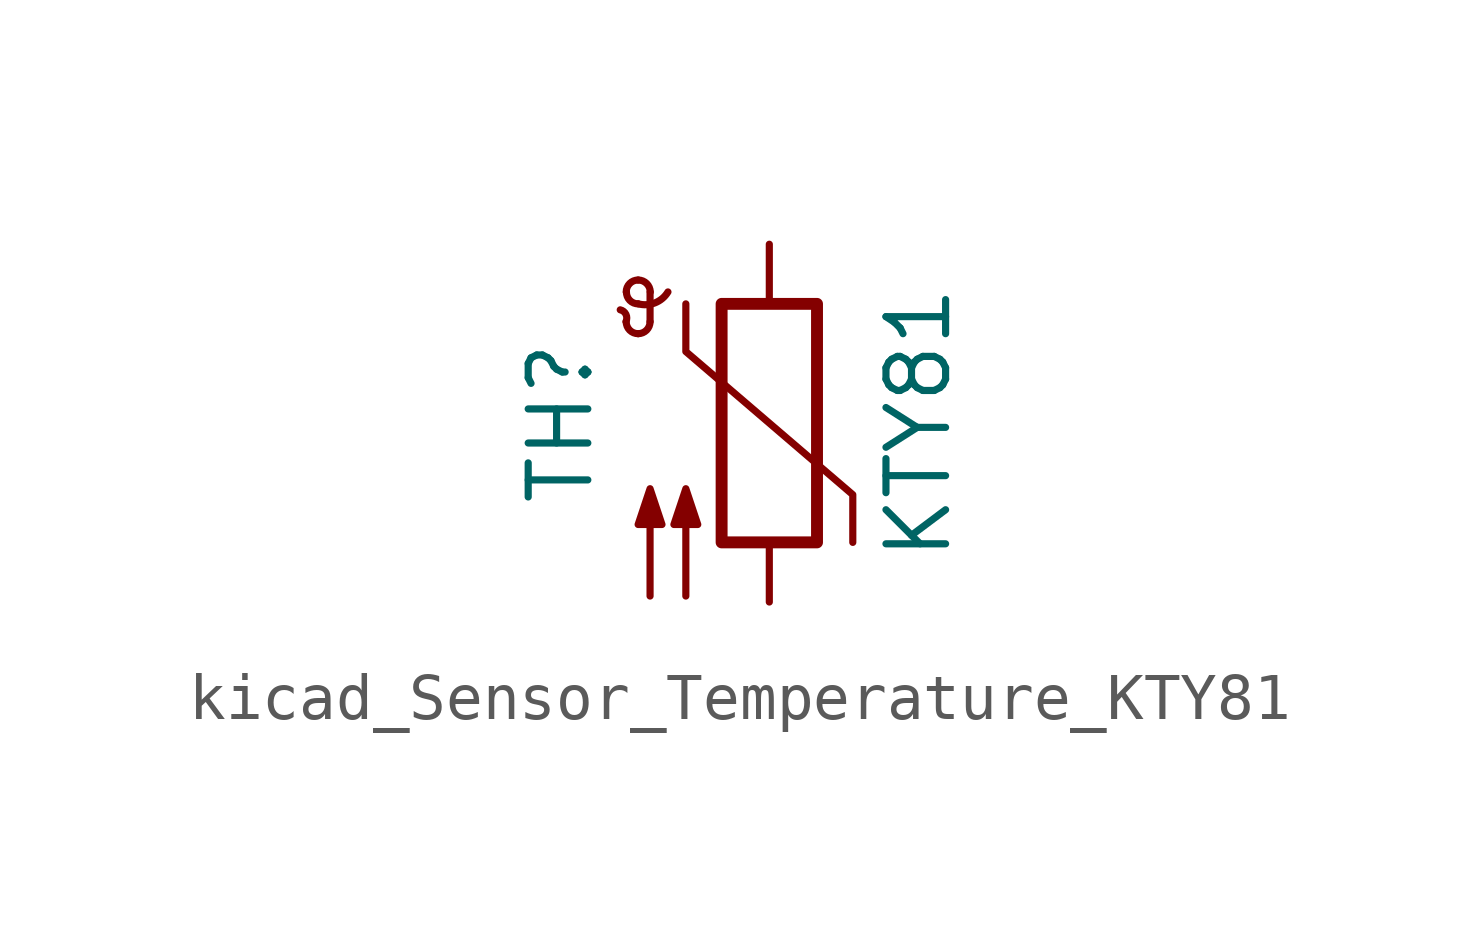
<source format=kicad_sym>
(kicad_symbol_lib
  (version 20220914)
  (generator kicad_symbol_editor)
  (symbol "kicad_Sensor_Temperature_KTY81"
    (pin_numbers hide)
    (pin_names
      (offset 0))
    (property "Reference" "TH"
      (at -4.445 0 90)
      (effects (font (size 1.27 1.27))))
    (property "Value" "KTY81"
      (at 3.175 0 90)
      (effects (font (size 1.27 1.27))))
    (symbol "kicad_Sensor_Temperature_KTY81_0_1"
      (arc (start -3.048 2.159) (mid -3.0495 2.3143) (end -3.175 2.413) (stroke (width 0) (type default)) (fill (type none)))
      (arc (start -3.048 2.159) (mid -2.9736 1.9794) (end -2.794 1.905) (stroke (width 0) (type default)) (fill (type none)))
      (arc (start -3.048 2.794) (mid -2.9736 2.6144) (end -2.794 2.54) (stroke (width 0) (type default)) (fill (type none)))
      (arc (start -2.794 1.905) (mid -2.6144 1.9794) (end -2.54 2.159) (stroke (width 0) (type default)) (fill (type none)))
      (arc (start -2.794 2.54) (mid -2.4393 2.5587) (end -2.159 2.794) (stroke (width 0) (type default)) (fill (type none)))
      (arc (start -2.794 3.048) (mid -2.9736 2.9736) (end -3.048 2.794) (stroke (width 0) (type default)) (fill (type none)))
      (arc (start -2.54 2.794) (mid -2.6144 2.9736) (end -2.794 3.048) (stroke (width 0) (type default)) (fill (type none)))
      (rectangle (start -1.016 2.54) (end 1.016 -2.54) (stroke (width 0.254) (type default)) (fill (type none)))
      (polyline (pts (xy -2.54 2.159) (xy -2.54 2.794)) (stroke (width 0) (type default)) (fill (type none)))
      (polyline (pts (xy -1.778 2.54) (xy -1.778 1.524) (xy 1.778 -1.524) (xy 1.778 -2.54)) (stroke (width 0) (type default)) (fill (type none)))
      (polyline (pts (xy -2.54 -3.683) (xy -2.54 -1.397) (xy -2.794 -2.159) (xy -2.286 -2.159) (xy -2.54 -1.397) (xy -2.54 -1.651)) (stroke (width 0) (type default)) (fill (type outline)))
      (polyline (pts (xy -1.778 -3.683) (xy -1.778 -1.397) (xy -2.032 -2.159) (xy -1.524 -2.159) (xy -1.778 -1.397) (xy -1.778 -1.651)) (stroke (width 0) (type default)) (fill (type outline))))
    (symbol "kicad_Sensor_Temperature_KTY81_1_1"
      (pin passive line (at 0 3.81 270) (length 1.27) (name "~" (effects (font (size 1.27 1.27)))) (number "1" (effects (font (size 1.27 1.27)))))
      (pin passive line (at 0 -3.81 90) (length 1.27) (name "~" (effects (font (size 1.27 1.27)))) (number "2" (effects (font (size 1.27 1.27))))))))
</source>
